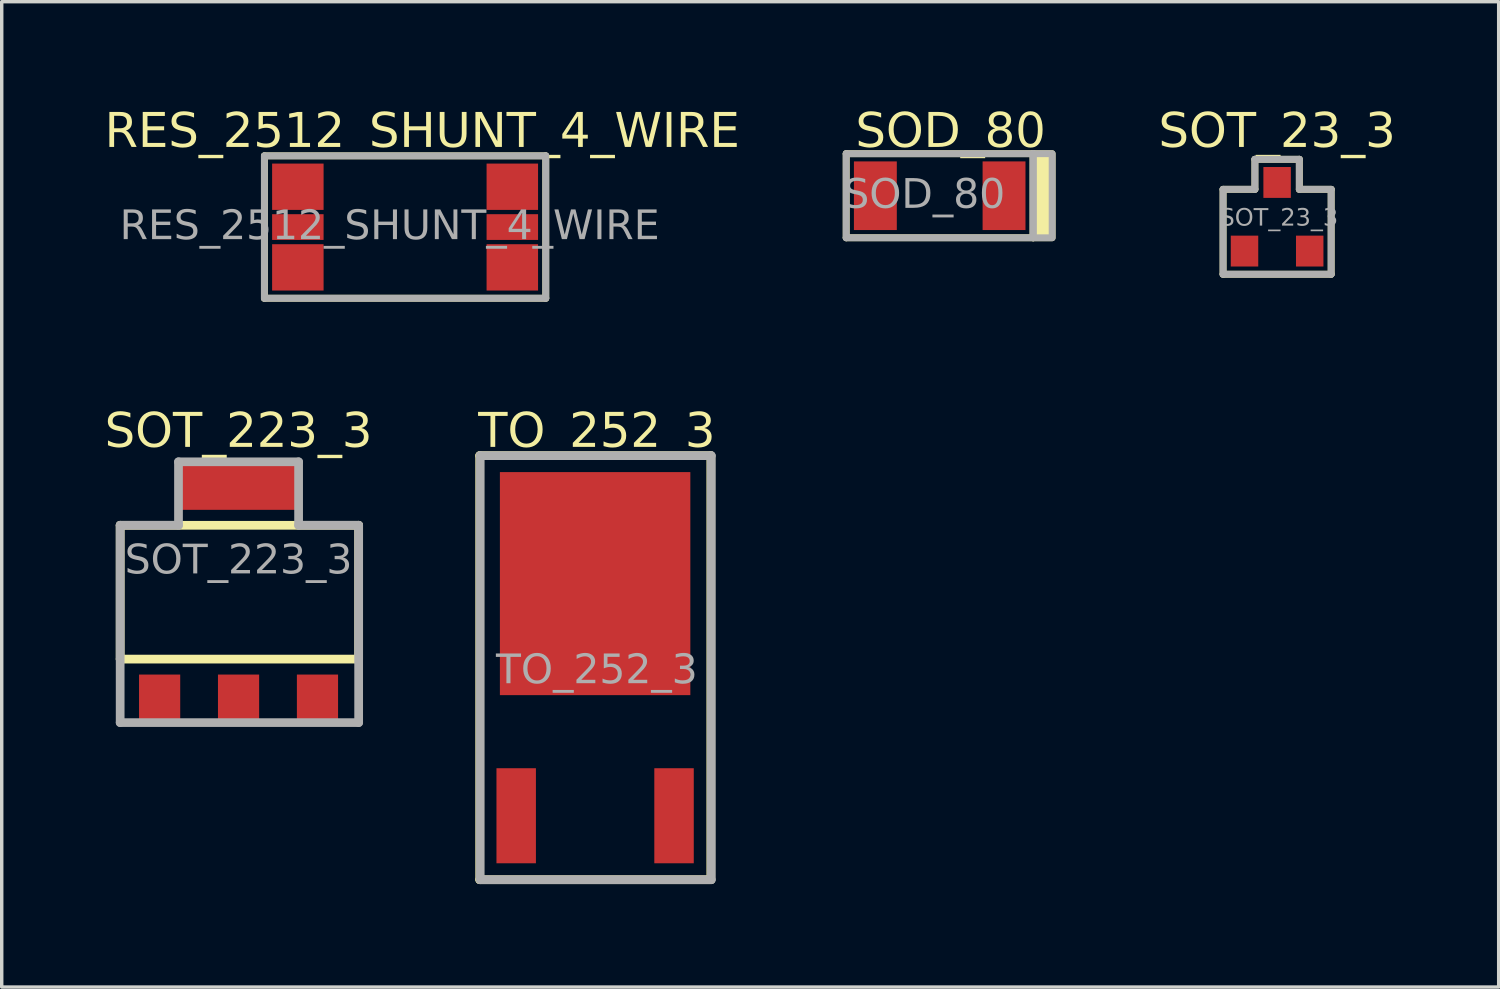
<source format=kicad_pcb>
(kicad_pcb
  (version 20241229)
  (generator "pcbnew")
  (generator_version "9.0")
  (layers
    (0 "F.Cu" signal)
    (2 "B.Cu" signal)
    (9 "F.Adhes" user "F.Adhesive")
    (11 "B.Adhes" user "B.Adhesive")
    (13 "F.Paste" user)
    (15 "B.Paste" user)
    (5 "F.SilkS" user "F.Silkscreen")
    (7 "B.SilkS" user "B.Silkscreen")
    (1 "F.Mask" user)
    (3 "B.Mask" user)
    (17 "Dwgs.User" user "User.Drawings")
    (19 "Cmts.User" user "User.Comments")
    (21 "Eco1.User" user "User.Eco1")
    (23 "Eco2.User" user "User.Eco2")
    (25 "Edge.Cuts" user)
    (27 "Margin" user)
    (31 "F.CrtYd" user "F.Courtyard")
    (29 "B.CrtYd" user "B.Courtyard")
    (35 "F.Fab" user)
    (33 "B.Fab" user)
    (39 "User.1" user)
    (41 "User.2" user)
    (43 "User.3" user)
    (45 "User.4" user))
  (footprint "TO_252_3"
    (layer "F.Cu")
    (at 14.293 16.908)
    (property "Reference" "TO_252_3" (at 0.05 -7.35 0) (unlocked yes) (layer "F.SilkS") (effects (font (face "Calibri") (size 1 1) (thickness 0.127))))
    (attr smd)
    (fp_line (start -3.363 -6.68) (end 3.372 -6.68) (stroke (width 0.254) (type default)) (layer "F.SilkS"))
    (fp_line (start -3.363 5.678) (end -3.363 -6.68) (stroke (width 0.254) (type default)) (layer "F.SilkS"))
    (fp_line (start -3.363 5.678) (end 3.372 5.678) (stroke (width 0.254) (type default)) (layer "F.SilkS"))
    (fp_line (start 3.372 5.678) (end 3.372 -6.68) (stroke (width 0.254) (type default)) (layer "F.SilkS"))
    (fp_line (start -3.35 -6.679) (end 3.385 -6.679) (stroke (width 0.254) (type default)) (layer "F.Fab"))
    (fp_line (start -3.35 5.679) (end -3.35 -6.679) (stroke (width 0.254) (type default)) (layer "F.Fab"))
    (fp_line (start -3.35 5.679) (end 3.385 5.679) (stroke (width 0.254) (type default)) (layer "F.Fab"))
    (fp_line (start 3.385 5.679) (end 3.385 -6.679) (stroke (width 0.254) (type default)) (layer "F.Fab"))
    (fp_text user "${REFERENCE}" (at 0.05 -0.4 0) (unlocked yes) (layer "F.Fab") (effects (font (face "Calibri") (size 0.85 0.85) (thickness 0.15))))
    (pad "1" smd rect (at -2.3 3.815 180) (size 1.15 2.77) (layers "F.Cu" "F.Mask" "F.Paste"))
    (pad "2" smd rect (at 0 -2.95 180) (size 5.55 6.5) (layers "F.Cu" "F.Mask" "F.Paste"))
    (pad "3" smd rect (at 2.3 3.815 180) (size 1.15 2.77) (layers "F.Cu" "F.Mask" "F.Paste")))
  (footprint "SOT_23_3"
    (layer "F.Cu")
    (at 34.168 3.267)
    (property "Reference" "SOT_23_3" (at 0 -2.45 0) (unlocked yes) (layer "F.SilkS") (effects (font (face "Calibri") (size 1 1) (thickness 0.127))))
    (attr smd)
    (fp_line (start -1.575 -0.8) (end -0.647 -0.8) (stroke (width 0.2) (type default)) (layer "F.SilkS"))
    (fp_line (start -1.575 1.675) (end -1.575 -0.8) (stroke (width 0.2) (type default)) (layer "F.SilkS"))
    (fp_line (start -1.575 1.675) (end 1.575 1.675) (stroke (width 0.2) (type default)) (layer "F.SilkS"))
    (fp_line (start -0.647 -1.675) (end 0.647 -1.675) (stroke (width 0.2) (type default)) (layer "F.SilkS"))
    (fp_line (start -0.647 -0.8) (end -0.647 -1.675) (stroke (width 0.2) (type default)) (layer "F.SilkS"))
    (fp_line (start 0.647 -0.8) (end 0.647 -1.675) (stroke (width 0.2) (type default)) (layer "F.SilkS"))
    (fp_line (start 0.647 -0.8) (end 1.575 -0.8) (stroke (width 0.2) (type default)) (layer "F.SilkS"))
    (fp_line (start 1.575 1.675) (end 1.575 -0.8) (stroke (width 0.2) (type default)) (layer "F.SilkS"))
    (fp_line (start -1.575 -0.8) (end -0.647 -0.8) (stroke (width 0.2) (type default)) (layer "F.Fab"))
    (fp_line (start -1.575 1.675) (end -1.575 -0.8) (stroke (width 0.2) (type default)) (layer "F.Fab"))
    (fp_line (start -1.575 1.675) (end 1.575 1.675) (stroke (width 0.2) (type default)) (layer "F.Fab"))
    (fp_line (start -0.647 -1.675) (end 0.647 -1.675) (stroke (width 0.2) (type default)) (layer "F.Fab"))
    (fp_line (start -0.647 -0.8) (end -0.647 -1.675) (stroke (width 0.2) (type default)) (layer "F.Fab"))
    (fp_line (start 0.647 -0.8) (end 0.647 -1.675) (stroke (width 0.2) (type default)) (layer "F.Fab"))
    (fp_line (start 0.647 -0.8) (end 1.575 -0.8) (stroke (width 0.2) (type default)) (layer "F.Fab"))
    (fp_line (start 1.575 1.675) (end 1.575 -0.8) (stroke (width 0.2) (type default)) (layer "F.Fab"))
    (fp_text user "${REFERENCE}" (at 0.05 0.05 0) (unlocked yes) (layer "F.Fab") (effects (font (face "Calibri") (size 0.5 0.5) (thickness 0.15))))
    (pad "1" smd rect (at -0.95 1 180) (size 0.8 0.9) (layers "F.Cu" "F.Mask" "F.Paste"))
    (pad "2" smd rect (at 0.95 1 180) (size 0.8 0.9) (layers "F.Cu" "F.Mask" "F.Paste"))
    (pad "3" smd rect (at 0 -1 180) (size 0.8 0.9) (layers "F.Cu" "F.Mask" "F.Paste")))
  (footprint "SOT_223_3"
    (layer "F.Cu")
    (at 3.902 14.208)
    (property "Reference" "SOT_223_3" (at 0 -4.65 0) (unlocked yes) (layer "F.SilkS") (effects (font (face "Calibri") (size 1 1) (thickness 0.127))))
    (attr smd)
    (fp_line (start -3.45 -1.95) (end 3.5 -1.95) (stroke (width 0.254) (type default)) (layer "F.SilkS"))
    (fp_line (start -3.45 1.95) (end -3.45 -1.95) (stroke (width 0.254) (type default)) (layer "F.SilkS"))
    (fp_line (start -3.45 1.95) (end 3.5 1.95) (stroke (width 0.254) (type default)) (layer "F.SilkS"))
    (fp_line (start 3.5 1.95) (end 3.5 -1.95) (stroke (width 0.254) (type default)) (layer "F.SilkS"))
    (fp_line (start -3.45 3.8) (end -3.45 -1.95) (stroke (width 0.254) (type default)) (layer "F.Fab"))
    (fp_line (start -1.75 -3.8) (end -1.75 -1.95) (stroke (width 0.254) (type default)) (layer "F.Fab"))
    (fp_line (start -1.75 -3.8) (end 1.75 -3.8) (stroke (width 0.254) (type default)) (layer "F.Fab"))
    (fp_line (start -1.75 -1.95) (end -3.45 -1.95) (stroke (width 0.254) (type default)) (layer "F.Fab"))
    (fp_line (start 1.75 -3.8) (end 1.75 -1.95) (stroke (width 0.254) (type default)) (layer "F.Fab"))
    (fp_line (start 3.5 -1.95) (end 1.75 -1.95) (stroke (width 0.254) (type default)) (layer "F.Fab"))
    (fp_line (start 3.5 3.8) (end -3.45 3.8) (stroke (width 0.254) (type default)) (layer "F.Fab"))
    (fp_line (start 3.5 3.8) (end 3.5 -1.95) (stroke (width 0.254) (type default)) (layer "F.Fab"))
    (fp_text user "${REFERENCE}" (at 0 -0.9 0) (unlocked yes) (layer "F.Fab") (effects (font (face "Calibri") (size 0.85 0.85) (thickness 0.15))))
    (pad "1" smd rect (at -2.3 3.1 180) (size 1.2 1.4) (layers "F.Cu" "F.Mask" "F.Paste"))
    (pad "2" smd rect (at 0 3.1 180) (size 1.2 1.4) (layers "F.Cu" "F.Mask" "F.Paste"))
    (pad "3" smd rect (at 2.3 3.1 180) (size 1.2 1.4) (layers "F.Cu" "F.Mask" "F.Paste"))
    (pad "4" smd rect (at 0 -3.1 180) (size 3.5 1.4) (layers "F.Cu" "F.Mask" "F.Paste")))
  (footprint "RES_2512_SHUNT_4_WIRE"
    (layer "F.Cu")
    (at 8.755 3.567)
    (property "Reference" "RES_2512_SHUNT_4_WIRE" (at 0.5 -2.75 0) (unlocked yes) (layer "F.SilkS") (effects (font (face "Calibri") (size 1 1) (thickness 0.127))))
    (attr smd)
    (fp_line (start -4.1 -2.075) (end 4.1 -2.075) (stroke (width 0.2) (type default)) (layer "F.SilkS"))
    (fp_line (start -4.1 2.075) (end -4.1 -2.075) (stroke (width 0.2) (type default)) (layer "F.SilkS"))
    (fp_line (start 4.1 -2.075) (end 4.1 2.075) (stroke (width 0.2) (type default)) (layer "F.SilkS"))
    (fp_line (start 4.1 2.075) (end -4.1 2.075) (stroke (width 0.2) (type default)) (layer "F.SilkS"))
    (fp_line (start -4.1 -2.075) (end 4.1 -2.075) (stroke (width 0.2) (type default)) (layer "F.Fab"))
    (fp_line (start -4.1 2.075) (end -4.1 -2.075) (stroke (width 0.2) (type default)) (layer "F.Fab"))
    (fp_line (start 4.1 -2.075) (end 4.1 2.075) (stroke (width 0.2) (type default)) (layer "F.Fab"))
    (fp_line (start 4.1 2.075) (end -4.1 2.075) (stroke (width 0.2) (type default)) (layer "F.Fab"))
    (fp_text user "${REFERENCE}" (at -0.45 0 0) (unlocked yes) (layer "F.Fab") (effects (font (face "Calibri") (size 0.85 0.85) (thickness 0.15))))
    (pad "1" smd rect (at -3.125 -1.175 180) (size 1.5 1.35) (layers "F.Cu" "F.Mask" "F.Paste"))
    (pad "1" smd rect (at -3.125 1.175 180) (size 1.5 1.35) (layers "F.Cu" "F.Mask" "F.Paste"))
    (pad "2" smd rect (at 3.125 -1.175 180) (size 1.5 1.35) (layers "F.Cu" "F.Mask" "F.Paste"))
    (pad "2" smd rect (at 3.125 1.175 180) (size 1.5 1.35) (layers "F.Cu" "F.Mask" "F.Paste"))
    (pad "3" smd rect (at -3.125 0 180) (size 1.5 0.75) (layers "F.Cu" "F.Mask" "F.Paste"))
    (pad "4" smd rect (at 3.125 0 180) (size 1.5 0.75) (layers "F.Cu" "F.Mask" "F.Paste")))
  (footprint "SOD_80"
    (layer "F.Cu")
    (at 24.335 2.654)
    (property "Reference" "SOD_80" (at 0.318 -1.837 0) (unlocked yes) (layer "F.SilkS") (effects (font (face "Calibri") (size 1 1) (thickness 0.127))))
    (attr smd)
    (fp_line (start -2.725 -1.225) (end 2.725 -1.225) (stroke (width 0.2) (type default)) (layer "F.SilkS"))
    (fp_line (start -2.725 1.225) (end -2.725 -1.225) (stroke (width 0.2) (type default)) (layer "F.SilkS"))
    (fp_line (start 2.725 -1.225) (end 2.725 1.225) (stroke (width 0.2) (type default)) (layer "F.SilkS"))
    (fp_line (start 2.725 1.225) (end -2.725 1.225) (stroke (width 0.2) (type default)) (layer "F.SilkS"))
    (fp_rect (start 2.724 -1.225) (end 3.276 1.225) (stroke (width 0.2) (type default)) (fill yes) (layer "F.SilkS"))
    (fp_line (start -2.725 -1.225) (end 2.725 -1.225) (stroke (width 0.2) (type default)) (layer "F.Fab"))
    (fp_line (start -2.725 1.225) (end -2.725 -1.225) (stroke (width 0.2) (type default)) (layer "F.Fab"))
    (fp_line (start 2.725 -1.225) (end 2.725 1.225) (stroke (width 0.2) (type default)) (layer "F.Fab"))
    (fp_line (start 2.725 1.225) (end -2.725 1.225) (stroke (width 0.2) (type default)) (layer "F.Fab"))
    (fp_rect (start 2.725 -1.225) (end 3.277 1.225) (stroke (width 0.2) (type default)) (fill no) (layer "F.Fab"))
    (fp_text user "${REFERENCE}" (at -0.45 0 0) (unlocked yes) (layer "F.Fab") (effects (font (face "Calibri") (size 0.85 0.85) (thickness 0.15))))
    (pad "1" smd rect (at -1.875 0 180) (size 1.25 2) (layers "F.Cu" "F.Mask" "F.Paste"))
    (pad "2" smd rect (at 1.875 0 180) (size 1.25 2) (layers "F.Cu" "F.Mask" "F.Paste")))
  (gr_rect
    (start -3 -3)
    (end 40.625 25.714)
    (stroke (width 0.1) (type default))
    (fill no)
    (layer "Edge.Cuts")))
</source>
